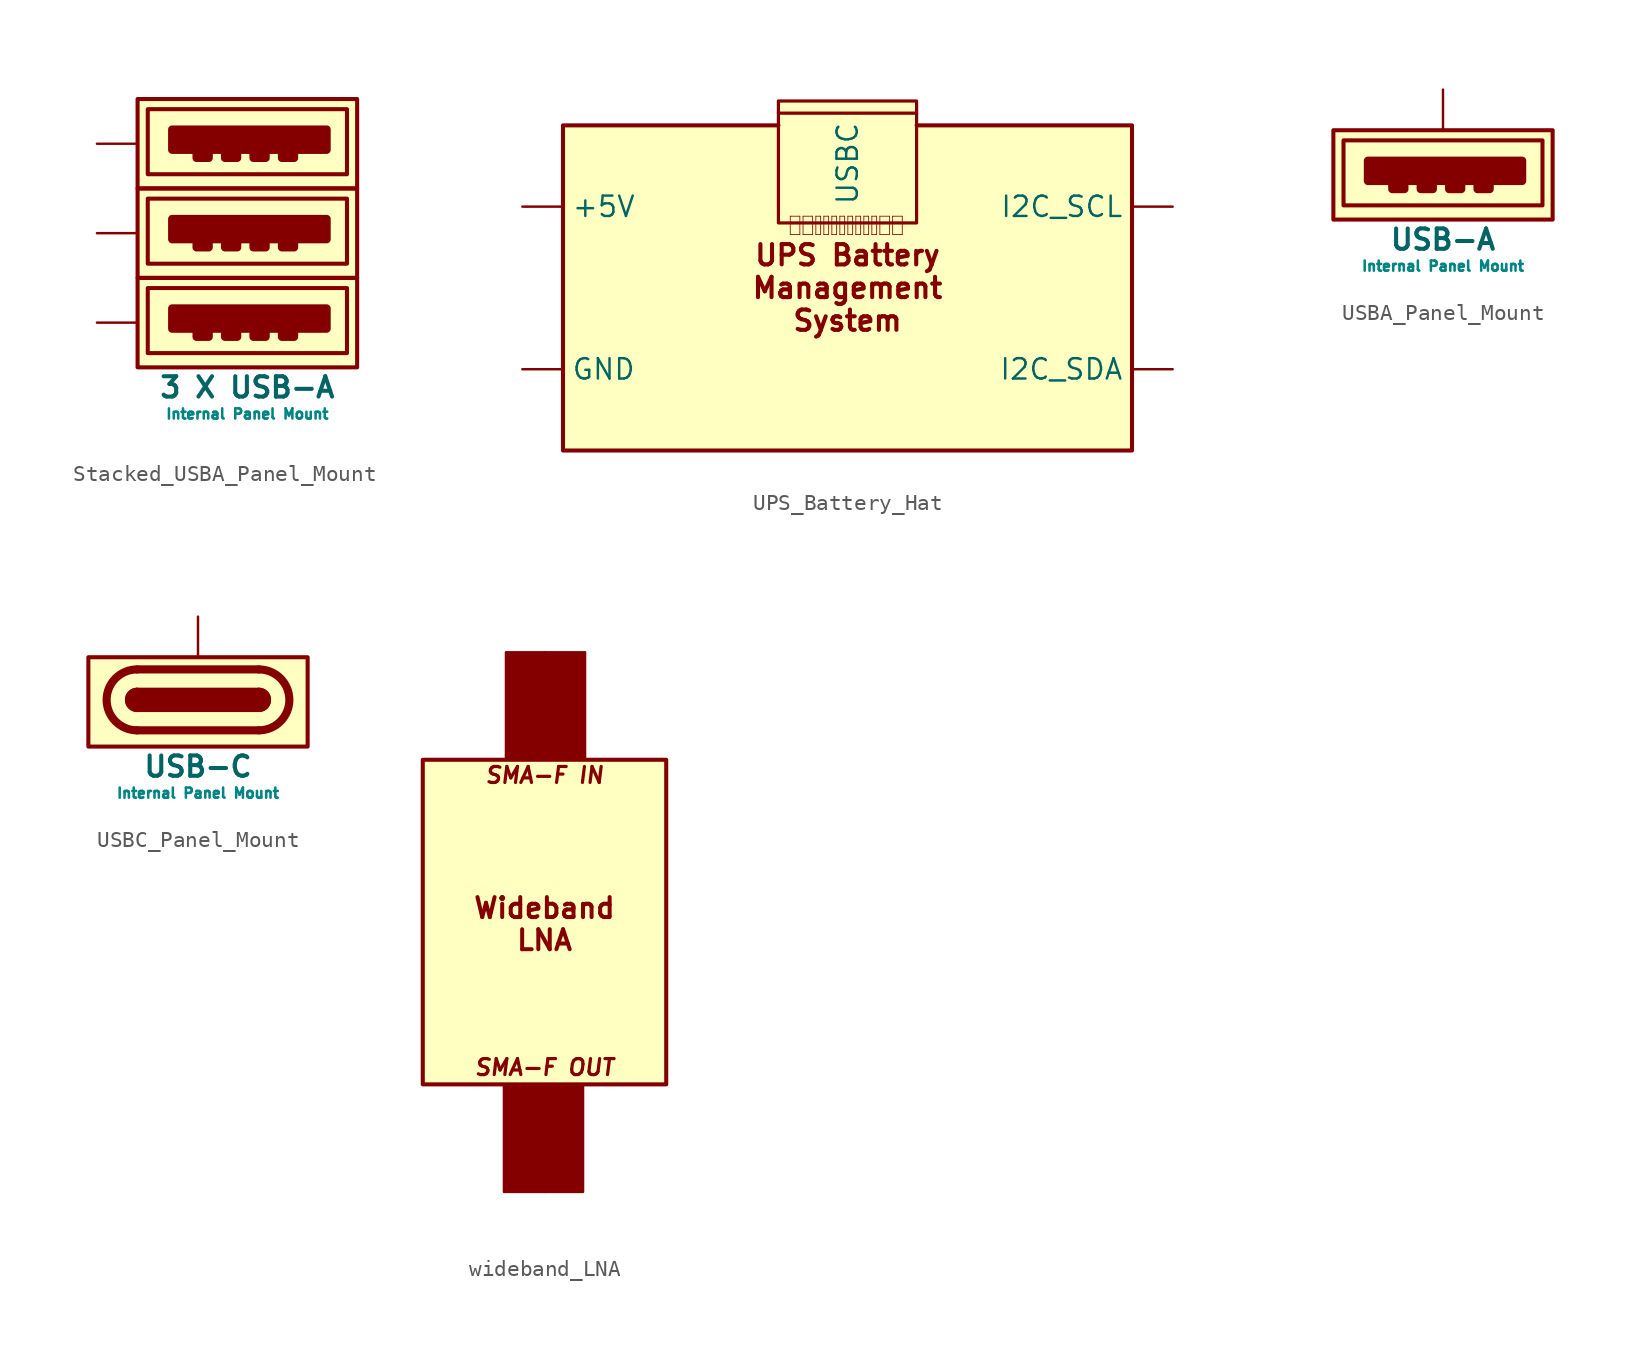
<source format=kicad_sym>
(kicad_symbol_lib
  (version 20241209)
  (generator "kicad_symbol_editor")
  (generator_version "9.0")
  (symbol "Stacked_USBA_Panel_Mount"
    (pin_names
      (offset 1.016))
    (property "Reference" "J"
      (at 14.478 3.302 90)
      (effects (font (size 1.27 1.27)) (justify bottom) (hide yes)))
    (property "Value" "3 X USB-A"
      (at 0 -3.302 0)
      (effects (font (size 1.27 1.27) (thickness 0.254) (bold yes)) (justify top)))
    (symbol "Stacked_USBA_Panel_Mount_0_0"
      (rectangle (start -2.413 10.541) (end -3.175 10.287) (stroke (width 0.508) (type default)) (fill (type none)))
      (rectangle (start -2.413 4.953) (end -3.175 4.699) (stroke (width 0.508) (type default)) (fill (type none)))
      (rectangle (start -2.413 -0.635) (end -3.175 -0.889) (stroke (width 0.508) (type default)) (fill (type none)))
      (rectangle (start -1.397 10.541) (end -0.635 10.287) (stroke (width 0.508) (type default)) (fill (type none)))
      (rectangle (start -1.397 4.953) (end -0.635 4.699) (stroke (width 0.508) (type default)) (fill (type none)))
      (rectangle (start -1.397 -0.635) (end -0.635 -0.889) (stroke (width 0.508) (type default)) (fill (type none)))
      (rectangle (start 1.143 10.541) (end 0.381 10.287) (stroke (width 0.508) (type default)) (fill (type none)))
      (rectangle (start 1.143 4.953) (end 0.381 4.699) (stroke (width 0.508) (type default)) (fill (type none)))
      (rectangle (start 1.143 -0.635) (end 0.381 -0.889) (stroke (width 0.508) (type default)) (fill (type none)))
      (rectangle (start 2.921 10.541) (end 2.159 10.287) (stroke (width 0.508) (type default)) (fill (type none)))
      (rectangle (start 2.921 4.953) (end 2.159 4.699) (stroke (width 0.508) (type default)) (fill (type none)))
      (rectangle (start 2.921 -0.635) (end 2.159 -0.889) (stroke (width 0.508) (type default)) (fill (type none)))
      (rectangle (start 4.953 12.065) (end -4.699 10.795) (stroke (width 0.508) (type default)) (fill (type outline)))
      (rectangle (start 4.953 6.477) (end -4.699 5.207) (stroke (width 0.508) (type default)) (fill (type outline)))
      (rectangle (start 4.953 0.889) (end -4.699 -0.381) (stroke (width 0.508) (type default)) (fill (type outline))))
    (symbol "Stacked_USBA_Panel_Mount_0_1"
      (rectangle (start -6.858 13.97) (end 6.858 8.382) (stroke (width 0.254) (type default)) (fill (type background)))
      (rectangle (start -6.858 8.382) (end 6.858 2.794) (stroke (width 0.254) (type default)) (fill (type background)))
      (rectangle (start -6.858 2.794) (end 6.858 -2.794) (stroke (width 0.254) (type default)) (fill (type background))))
    (symbol "Stacked_USBA_Panel_Mount_1_0"
      (rectangle (start -6.223 13.335) (end 6.223 9.271) (stroke (width 0.254) (type solid)) (fill (type none)))
      (rectangle (start -6.223 7.747) (end 6.223 3.683) (stroke (width 0.254) (type solid)) (fill (type none)))
      (rectangle (start -6.223 2.159) (end 6.223 -1.905) (stroke (width 0.254) (type solid)) (fill (type none))))
    (symbol "Stacked_USBA_Panel_Mount_1_1"
      (text "Internal Panel Mount" (at 0 -5.334 0) (effects (font (size 0.635 0.635) (thickness 0.254) (bold yes) (color 0 132 132 1)) (justify top)))
      (pin bidirectional line (at -9.398 11.176 0) (length 2.54) (name "" (effects (font (size 1.27 1.27)))) (number "" (effects (font (size 1.27 1.27)))))
      (pin bidirectional line (at -9.398 5.588 0) (length 2.54) (name "" (effects (font (size 1.27 1.27)))) (number "" (effects (font (size 1.27 1.27)))))
      (pin bidirectional line (at -9.398 0 0) (length 2.54) (name "" (effects (font (size 1.27 1.27)))) (number "" (effects (font (size 1.27 1.27)))))))
  (symbol "UPS_Battery_Hat"
    (pin_numbers
      (hide yes))
    (property "Reference" "DISP"
      (at 0 2.54 0)
      (effects (font (size 1.27 1.27)) (hide yes)))
    (property "Value" ""
      (at 0 0 0)
      (effects (font (size 1.27 1.27))))
    (symbol "UPS_Battery_Hat_1_0"
      (rectangle (start -4.318 11.684) (end 4.318 4.064) (stroke (width 0.2) (type solid)) (fill (type background)))
      (polyline (pts (xy -4.318 10.16) (xy -17.78 10.16) (xy -17.78 -10.16) (xy 17.78 -10.16) (xy 17.78 10.16) (xy 4.318 10.16)) (stroke (width 0.254) (type solid)) (fill (type none)))
      (polyline (pts (xy -4.318 4.064) (xy 4.332 4.064)) (stroke (width 0.05) (type default)) (fill (type none)))
      (polyline (pts (xy -3.578 4.484) (xy -2.978 4.484)) (stroke (width 0.05) (type default)) (fill (type none)))
      (polyline (pts (xy -3.578 3.334) (xy -3.578 4.484)) (stroke (width 0.05) (type default)) (fill (type none)))
      (polyline (pts (xy -2.978 4.484) (xy -2.978 3.334)) (stroke (width 0.05) (type default)) (fill (type none)))
      (polyline (pts (xy -2.978 3.334) (xy -3.578 3.334)) (stroke (width 0.05) (type default)) (fill (type none)))
      (polyline (pts (xy -2.778 4.484) (xy -2.178 4.484)) (stroke (width 0.05) (type default)) (fill (type none)))
      (polyline (pts (xy -2.778 3.334) (xy -2.778 4.484)) (stroke (width 0.05) (type default)) (fill (type none)))
      (polyline (pts (xy -2.178 4.484) (xy -2.178 3.334)) (stroke (width 0.05) (type default)) (fill (type none)))
      (polyline (pts (xy -2.178 3.334) (xy -2.778 3.334)) (stroke (width 0.05) (type default)) (fill (type none)))
      (polyline (pts (xy -1.978 4.484) (xy -1.678 4.484)) (stroke (width 0.05) (type default)) (fill (type none)))
      (polyline (pts (xy -1.978 3.334) (xy -1.978 4.484)) (stroke (width 0.05) (type default)) (fill (type none)))
      (polyline (pts (xy -1.678 4.484) (xy -1.678 3.334)) (stroke (width 0.05) (type default)) (fill (type none)))
      (polyline (pts (xy -1.678 3.334) (xy -1.978 3.334)) (stroke (width 0.05) (type default)) (fill (type none)))
      (polyline (pts (xy -1.478 4.484) (xy -1.178 4.484)) (stroke (width 0.05) (type default)) (fill (type none)))
      (polyline (pts (xy -1.478 3.334) (xy -1.478 4.484)) (stroke (width 0.05) (type default)) (fill (type none)))
      (polyline (pts (xy -1.178 4.484) (xy -1.178 3.334)) (stroke (width 0.05) (type default)) (fill (type none)))
      (polyline (pts (xy -1.178 3.334) (xy -1.478 3.334)) (stroke (width 0.05) (type default)) (fill (type none)))
      (polyline (pts (xy -0.978 4.484) (xy -0.678 4.484)) (stroke (width 0.05) (type default)) (fill (type none)))
      (polyline (pts (xy -0.978 3.334) (xy -0.978 4.484)) (stroke (width 0.05) (type default)) (fill (type none)))
      (polyline (pts (xy -0.678 4.484) (xy -0.678 3.334)) (stroke (width 0.05) (type default)) (fill (type none)))
      (polyline (pts (xy -0.678 3.334) (xy -0.978 3.334)) (stroke (width 0.05) (type default)) (fill (type none)))
      (polyline (pts (xy -0.478 4.484) (xy -0.178 4.484)) (stroke (width 0.05) (type default)) (fill (type none)))
      (polyline (pts (xy -0.478 3.334) (xy -0.478 4.484)) (stroke (width 0.05) (type default)) (fill (type none)))
      (polyline (pts (xy -0.178 4.484) (xy -0.178 3.334)) (stroke (width 0.05) (type default)) (fill (type none)))
      (polyline (pts (xy -0.178 3.334) (xy -0.478 3.334)) (stroke (width 0.05) (type default)) (fill (type none)))
      (polyline (pts (xy 0.022 4.484) (xy 0.322 4.484)) (stroke (width 0.05) (type default)) (fill (type none)))
      (polyline (pts (xy 0.022 3.334) (xy 0.022 4.484)) (stroke (width 0.05) (type default)) (fill (type none)))
      (polyline (pts (xy 0.322 4.484) (xy 0.322 3.334)) (stroke (width 0.05) (type default)) (fill (type none)))
      (polyline (pts (xy 0.322 3.334) (xy 0.022 3.334)) (stroke (width 0.05) (type default)) (fill (type none)))
      (polyline (pts (xy 0.522 4.484) (xy 0.822 4.484)) (stroke (width 0.05) (type default)) (fill (type none)))
      (polyline (pts (xy 0.522 3.334) (xy 0.522 4.484)) (stroke (width 0.05) (type default)) (fill (type none)))
      (polyline (pts (xy 0.822 4.484) (xy 0.822 3.334)) (stroke (width 0.05) (type default)) (fill (type none)))
      (polyline (pts (xy 0.822 3.334) (xy 0.522 3.334)) (stroke (width 0.05) (type default)) (fill (type none)))
      (polyline (pts (xy 1.022 4.484) (xy 1.322 4.484)) (stroke (width 0.05) (type default)) (fill (type none)))
      (polyline (pts (xy 1.022 3.334) (xy 1.022 4.484)) (stroke (width 0.05) (type default)) (fill (type none)))
      (polyline (pts (xy 1.322 4.484) (xy 1.322 3.334)) (stroke (width 0.05) (type default)) (fill (type none)))
      (polyline (pts (xy 1.322 3.334) (xy 1.022 3.334)) (stroke (width 0.05) (type default)) (fill (type none)))
      (polyline (pts (xy 1.522 4.484) (xy 1.822 4.484)) (stroke (width 0.05) (type default)) (fill (type none)))
      (polyline (pts (xy 1.522 3.334) (xy 1.522 4.484)) (stroke (width 0.05) (type default)) (fill (type none)))
      (polyline (pts (xy 1.822 4.484) (xy 1.822 3.334)) (stroke (width 0.05) (type default)) (fill (type none)))
      (polyline (pts (xy 1.822 3.334) (xy 1.522 3.334)) (stroke (width 0.05) (type default)) (fill (type none)))
      (polyline (pts (xy 2.022 4.484) (xy 2.622 4.484)) (stroke (width 0.05) (type default)) (fill (type none)))
      (polyline (pts (xy 2.022 3.334) (xy 2.022 4.484)) (stroke (width 0.05) (type default)) (fill (type none)))
      (polyline (pts (xy 2.622 4.484) (xy 2.622 3.334)) (stroke (width 0.05) (type default)) (fill (type none)))
      (polyline (pts (xy 2.622 3.334) (xy 2.022 3.334)) (stroke (width 0.05) (type default)) (fill (type none)))
      (polyline (pts (xy 2.822 4.484) (xy 3.422 4.484)) (stroke (width 0.05) (type default)) (fill (type none)))
      (polyline (pts (xy 2.822 3.334) (xy 2.822 4.484)) (stroke (width 0.05) (type default)) (fill (type none)))
      (polyline (pts (xy 3.422 4.484) (xy 3.422 3.334)) (stroke (width 0.05) (type default)) (fill (type none)))
      (polyline (pts (xy 3.422 3.334) (xy 2.822 3.334)) (stroke (width 0.05) (type default)) (fill (type none)))
      (polyline (pts (xy 4.318 10.922) (xy -4.318 10.922)) (stroke (width 0.2) (type solid)) (fill (type none))))
    (symbol "UPS_Battery_Hat_1_1"
      (rectangle (start -17.78 10.16) (end 17.78 -10.16) (stroke (width -0.0001) (type solid)) (fill (type background)))
      (text "UPS Battery\nManagement\nSystem" (at 0 0 0) (effects (font (size 1.27 1.27) (thickness 0.254) (bold yes))))
      (pin power_in line (at -20.32 5.08 0) (length 2.54) (name "+5V" (effects (font (size 1.27 1.27)))) (number "" (effects (font (size 1.27 1.27)))))
      (pin power_out line (at -20.32 -5.08 0) (length 2.54) (name "GND" (effects (font (size 1.27 1.27)))) (number "" (effects (font (size 1.27 1.27)))))
      (pin output line (at 0 10.922 270) (length 0) (name "USBC" (effects (font (size 1.27 1.27)))) (number "" (effects (font (size 1.27 1.27)))))
      (pin bidirectional line (at 20.32 5.08 180) (length 2.54) (name "I2C_SCL" (effects (font (size 1.27 1.27)))) (number "" (effects (font (size 1.27 1.27)))))
      (pin bidirectional line (at 20.32 -5.08 180) (length 2.54) (name "I2C_SDA" (effects (font (size 1.27 1.27)))) (number "" (effects (font (size 1.27 1.27)))))))
  (symbol "USBA_Panel_Mount"
    (pin_names
      (offset 1.016))
    (property "Reference" "J"
      (at 14.478 3.302 90)
      (effects (font (size 1.27 1.27)) (justify bottom) (hide yes)))
    (property "Value" "USB-A"
      (at 0 -3.302 0)
      (effects (font (size 1.27 1.27) (thickness 0.254) (bold yes)) (justify top)))
    (symbol "USBA_Panel_Mount_0_0"
      (rectangle (start -2.413 -0.635) (end -3.175 -0.889) (stroke (width 0.508) (type default)) (fill (type none)))
      (rectangle (start -0.635 -0.635) (end -1.397 -0.889) (stroke (width 0.508) (type default)) (fill (type none)))
      (rectangle (start 1.143 -0.635) (end 0.381 -0.889) (stroke (width 0.508) (type default)) (fill (type none)))
      (rectangle (start 2.921 -0.635) (end 2.159 -0.889) (stroke (width 0.508) (type default)) (fill (type none)))
      (rectangle (start 4.953 0.889) (end -4.699 -0.381) (stroke (width 0.508) (type default)) (fill (type outline))))
    (symbol "USBA_Panel_Mount_0_1"
      (rectangle (start -6.858 2.794) (end 6.858 -2.794) (stroke (width 0.254) (type default)) (fill (type background))))
    (symbol "USBA_Panel_Mount_1_0"
      (rectangle (start -6.223 2.159) (end 6.223 -1.905) (stroke (width 0.254) (type solid)) (fill (type none))))
    (symbol "USBA_Panel_Mount_1_1"
      (text "Internal Panel Mount" (at 0 -5.334 0) (effects (font (size 0.635 0.635) (thickness 0.254) (bold yes) (color 0 132 132 1)) (justify top)))
      (pin bidirectional line (at 0 5.334 270) (length 2.54) (name "" (effects (font (size 1.27 1.27)))) (number "" (effects (font (size 1.27 1.27)))))))
  (symbol "USBC_Panel_Mount"
    (pin_names
      (offset 1.016))
    (property "Reference" "J"
      (at 14.478 3.302 90)
      (effects (font (size 1.27 1.27)) (justify bottom) (hide yes)))
    (property "Value" "USB-C"
      (at 0 -3.302 0)
      (effects (font (size 1.27 1.27) (thickness 0.254) (bold yes)) (justify top)))
    (symbol "USBC_Panel_Mount_0_1"
      (rectangle (start -6.858 2.794) (end 6.858 -2.794) (stroke (width 0.254) (type default)) (fill (type background)))
      (polyline (pts (xy -3.81 2.032) (xy 3.81 2.032)) (stroke (width 0.508) (type default)) (fill (type none)))
      (rectangle (start -3.81 0.762) (end 3.81 -0.508) (stroke (width 0.254) (type default)) (fill (type outline)))
      (arc (start -3.81 -0.508) (mid -4.4423 0.127) (end -3.81 0.762) (stroke (width 0.254) (type default)) (fill (type none)))
      (arc (start -3.81 -0.508) (mid -4.4423 0.127) (end -3.81 0.762) (stroke (width 0.254) (type default)) (fill (type outline)))
      (arc (start -3.81 -1.778) (mid -5.7067 0.127) (end -3.81 2.032) (stroke (width 0.508) (type default)) (fill (type none)))
      (arc (start 3.81 2.032) (mid 5.7067 0.127) (end 3.81 -1.778) (stroke (width 0.508) (type default)) (fill (type none)))
      (arc (start 3.81 0.762) (mid 4.4423 0.127) (end 3.81 -0.508) (stroke (width 0.254) (type default)) (fill (type none)))
      (arc (start 3.81 0.762) (mid 4.4423 0.127) (end 3.81 -0.508) (stroke (width 0.254) (type default)) (fill (type outline)))
      (polyline (pts (xy 3.81 -1.778) (xy -3.81 -1.778)) (stroke (width 0.508) (type default)) (fill (type none))))
    (symbol "USBC_Panel_Mount_1_1"
      (text "Internal Panel Mount" (at 0 -5.334 0) (effects (font (size 0.635 0.635) (thickness 0.254) (bold yes) (color 0 132 132 1)) (justify top)))
      (pin bidirectional line (at 0 5.334 270) (length 2.54) (name "" (effects (font (size 1.27 1.27)))) (number "" (effects (font (size 1.27 1.27)))))))
  (symbol "wideband_LNA"
    (property "Reference" "J"
      (at -11.938 19.304 0)
      (effects (font (size 1.27 1.27)) (hide yes)))
    (symbol "wideband_LNA_0_1"
      (rectangle (start -7.62 10.287) (end 7.62 -10.033) (stroke (width 0.254) (type default)) (fill (type background))))
    (symbol "wideband_LNA_1_0"
      (rectangle (start -2.54 -10.16) (end 2.413 -16.764) (stroke (width 0) (type solid)) (fill (type color) (color 132 0 0 1)))
      (rectangle (start -2.413 17.018) (end 2.54 10.414) (stroke (width 0) (type solid)) (fill (type color) (color 132 0 0 1))))
    (symbol "wideband_LNA_1_1"
      (text "SMA-F IN" (at 0 9.906 0) (effects (font (size 1 1) (thickness 0.2) (bold yes) (italic yes)) (justify top)))
      (text "Wideband\nLNA" (at 0 0 0) (effects (font (size 1.25 1.25) (thickness 0.25) (bold yes))))
      (text "SMA-F OUT" (at 0 -8.382 0) (effects (font (size 1 1) (thickness 0.2) (bold yes) (italic yes)) (justify top)))
      (pin power_out line (at 0 17.018 90) (length 0) (name "" (effects (font (size 1.27 1.27)))) (number "" (effects (font (size 1.27 1.27)))))
      (pin power_out line (at 0 -16.764 270) (length 0) (name "" (effects (font (size 1.27 1.27)))) (number "" (effects (font (size 1.27 1.27))))))))
</source>
